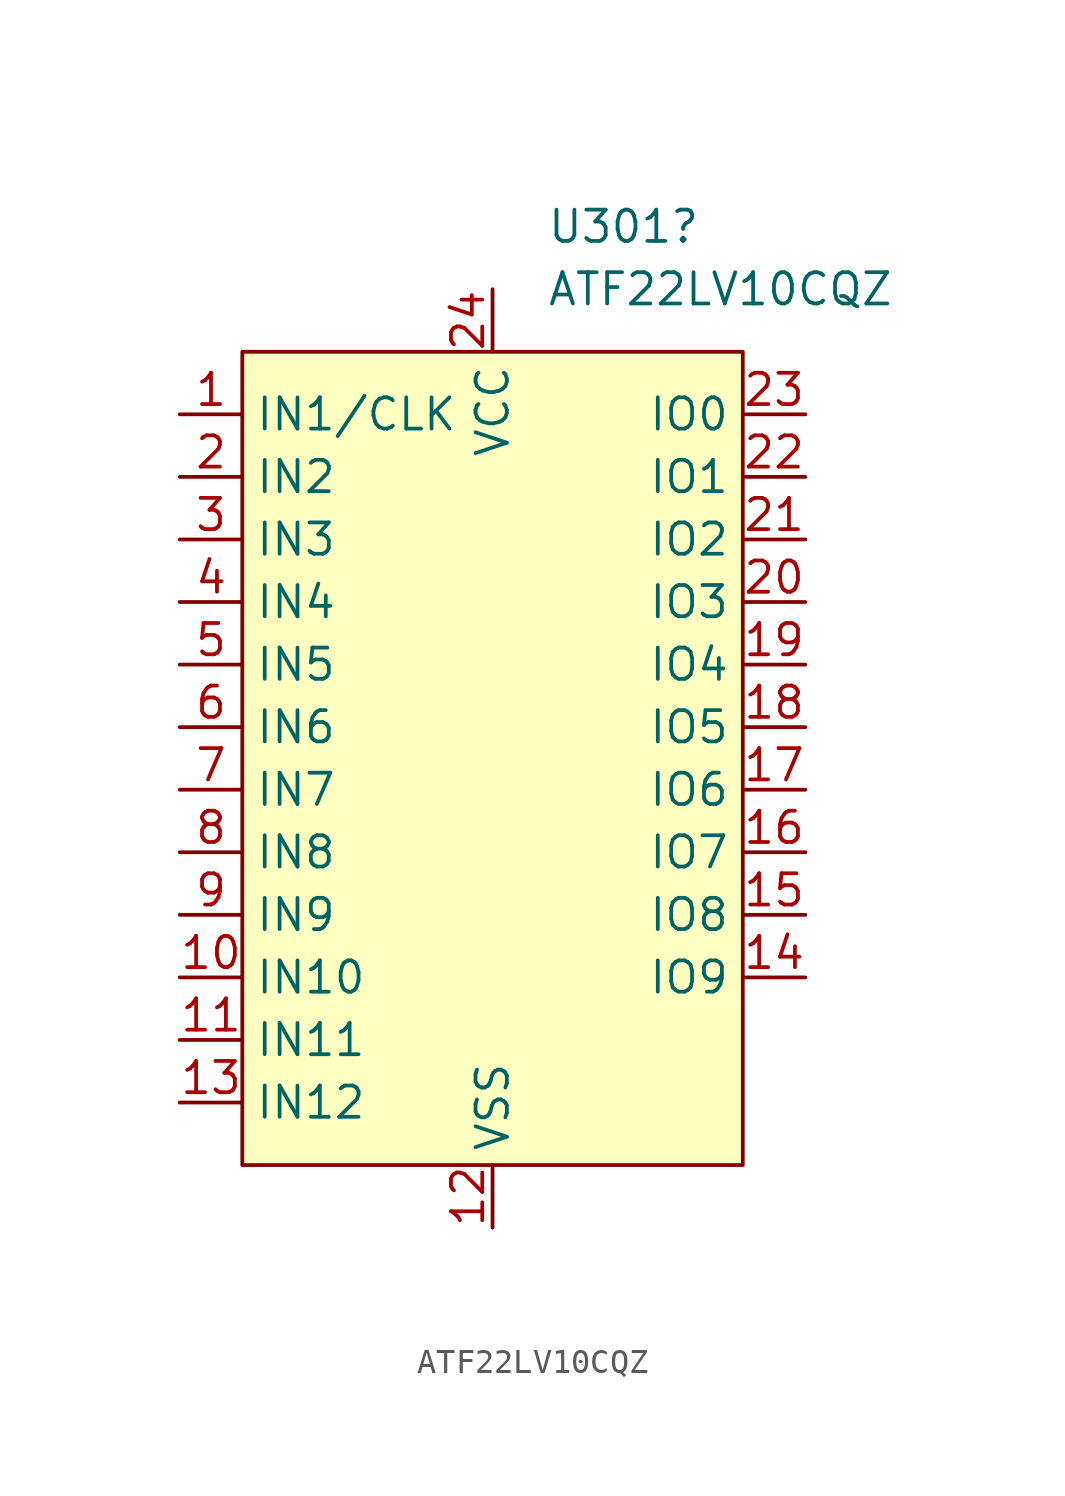
<source format=kicad_sym>
(kicad_symbol_lib
  (version 20220914)
  (generator kicad_symbol_editor)
  (symbol "ATF22LV10CQZ"
    (property "Reference" "U301"
      (at 2.194 21.59 0)
      (effects (font (size 1.27 1.27)) (justify left)))
    (property "Value" "ATF22LV10CQZ"
      (at 2.194 19.05 0)
      (effects (font (size 1.27 1.27)) (justify left)))
    (symbol "ATF22LV10CQZ_1_1"
      (rectangle (start -10.16 16.51) (end 10.16 -16.51) (stroke (width 0) (type default)) (fill (type background)))
      (pin input line (at -12.7 13.97 0) (length 2.54) (name "IN1/CLK" (effects (font (size 1.27 1.27)))) (number "1" (effects (font (size 1.27 1.27)))))
      (pin input line (at -12.7 -8.89 0) (length 2.54) (name "IN10" (effects (font (size 1.27 1.27)))) (number "10" (effects (font (size 1.27 1.27)))))
      (pin input line (at -12.7 -11.43 0) (length 2.54) (name "IN11" (effects (font (size 1.27 1.27)))) (number "11" (effects (font (size 1.27 1.27)))))
      (pin power_in line (at 0 -19.05 90) (length 2.54) (name "VSS" (effects (font (size 1.27 1.27)))) (number "12" (effects (font (size 1.27 1.27)))))
      (pin input line (at -12.7 -13.97 0) (length 2.54) (name "IN12" (effects (font (size 1.27 1.27)))) (number "13" (effects (font (size 1.27 1.27)))))
      (pin tri_state line (at 12.7 -8.89 180) (length 2.54) (name "IO9" (effects (font (size 1.27 1.27)))) (number "14" (effects (font (size 1.27 1.27)))))
      (pin tri_state line (at 12.7 -6.35 180) (length 2.54) (name "IO8" (effects (font (size 1.27 1.27)))) (number "15" (effects (font (size 1.27 1.27)))))
      (pin tri_state line (at 12.7 -3.81 180) (length 2.54) (name "IO7" (effects (font (size 1.27 1.27)))) (number "16" (effects (font (size 1.27 1.27)))))
      (pin tri_state line (at 12.7 -1.27 180) (length 2.54) (name "IO6" (effects (font (size 1.27 1.27)))) (number "17" (effects (font (size 1.27 1.27)))))
      (pin tri_state line (at 12.7 1.27 180) (length 2.54) (name "IO5" (effects (font (size 1.27 1.27)))) (number "18" (effects (font (size 1.27 1.27)))))
      (pin tri_state line (at 12.7 3.81 180) (length 2.54) (name "IO4" (effects (font (size 1.27 1.27)))) (number "19" (effects (font (size 1.27 1.27)))))
      (pin input line (at -12.7 11.43 0) (length 2.54) (name "IN2" (effects (font (size 1.27 1.27)))) (number "2" (effects (font (size 1.27 1.27)))))
      (pin tri_state line (at 12.7 6.35 180) (length 2.54) (name "IO3" (effects (font (size 1.27 1.27)))) (number "20" (effects (font (size 1.27 1.27)))))
      (pin tri_state line (at 12.7 8.89 180) (length 2.54) (name "IO2" (effects (font (size 1.27 1.27)))) (number "21" (effects (font (size 1.27 1.27)))))
      (pin tri_state line (at 12.7 11.43 180) (length 2.54) (name "IO1" (effects (font (size 1.27 1.27)))) (number "22" (effects (font (size 1.27 1.27)))))
      (pin tri_state line (at 12.7 13.97 180) (length 2.54) (name "IO0" (effects (font (size 1.27 1.27)))) (number "23" (effects (font (size 1.27 1.27)))))
      (pin power_in line (at 0 19.05 270) (length 2.54) (name "VCC" (effects (font (size 1.27 1.27)))) (number "24" (effects (font (size 1.27 1.27)))))
      (pin input line (at -12.7 8.89 0) (length 2.54) (name "IN3" (effects (font (size 1.27 1.27)))) (number "3" (effects (font (size 1.27 1.27)))))
      (pin input line (at -12.7 6.35 0) (length 2.54) (name "IN4" (effects (font (size 1.27 1.27)))) (number "4" (effects (font (size 1.27 1.27)))))
      (pin input line (at -12.7 3.81 0) (length 2.54) (name "IN5" (effects (font (size 1.27 1.27)))) (number "5" (effects (font (size 1.27 1.27)))))
      (pin input line (at -12.7 1.27 0) (length 2.54) (name "IN6" (effects (font (size 1.27 1.27)))) (number "6" (effects (font (size 1.27 1.27)))))
      (pin input line (at -12.7 -1.27 0) (length 2.54) (name "IN7" (effects (font (size 1.27 1.27)))) (number "7" (effects (font (size 1.27 1.27)))))
      (pin input line (at -12.7 -3.81 0) (length 2.54) (name "IN8" (effects (font (size 1.27 1.27)))) (number "8" (effects (font (size 1.27 1.27)))))
      (pin input line (at -12.7 -6.35 0) (length 2.54) (name "IN9" (effects (font (size 1.27 1.27)))) (number "9" (effects (font (size 1.27 1.27))))))))
</source>
